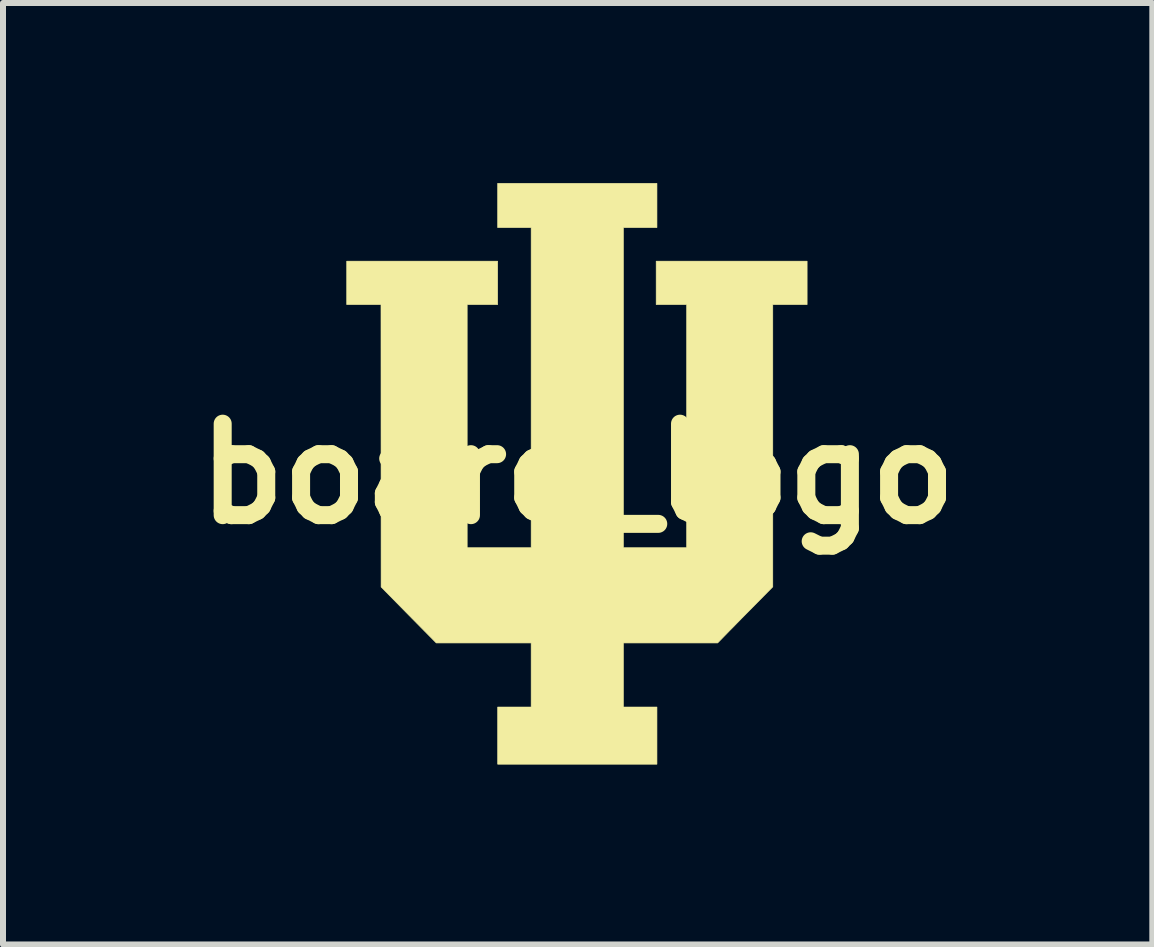
<source format=kicad_pcb>
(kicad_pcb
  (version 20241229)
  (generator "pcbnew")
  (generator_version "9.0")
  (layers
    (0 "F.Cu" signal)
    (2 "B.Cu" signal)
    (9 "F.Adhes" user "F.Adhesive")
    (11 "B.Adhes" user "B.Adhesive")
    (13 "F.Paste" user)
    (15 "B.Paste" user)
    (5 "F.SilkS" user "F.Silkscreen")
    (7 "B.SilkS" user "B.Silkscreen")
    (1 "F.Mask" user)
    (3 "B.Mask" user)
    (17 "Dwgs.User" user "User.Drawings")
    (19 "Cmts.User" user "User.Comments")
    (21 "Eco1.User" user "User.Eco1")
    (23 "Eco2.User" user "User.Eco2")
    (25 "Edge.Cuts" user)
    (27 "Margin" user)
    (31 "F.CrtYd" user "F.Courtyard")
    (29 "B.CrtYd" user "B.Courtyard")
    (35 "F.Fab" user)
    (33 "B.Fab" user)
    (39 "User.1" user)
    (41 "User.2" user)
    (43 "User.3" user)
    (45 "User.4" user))
  (footprint "board_logo"
    (layer "F.Cu")
    (at 6.575 4.844)
    (property "Reference" "board_logo" (at 0 0 0) (layer "F.SilkS") (effects (font (size 1.524 1.524) (thickness 0.3))))
    (attr through_hole)
    (fp_poly (pts (xy 1.321 -4.102) (xy 0.762 -4.102) (xy 0.762 1.232) (xy 1.816 1.232) (xy 1.816 -2.819) (xy 1.308 -2.819) (xy 1.308 -3.543) (xy 3.823 -3.543) (xy 3.823 -2.819) (xy 3.251 -2.819) (xy 3.251 1.884) (xy 2.987 2.152) (xy 2.907 2.233) (xy 2.821 2.32) (xy 2.733 2.409) (xy 2.65 2.494) (xy 2.576 2.57) (xy 2.527 2.619) (xy 2.332 2.819) (xy 0.762 2.819) (xy 0.762 3.886) (xy 1.321 3.886) (xy 1.321 4.839) (xy -1.333 4.839) (xy -1.333 3.886) (xy -0.775 3.886) (xy -0.775 2.819) (xy -2.356 2.819) (xy -2.816 2.353) (xy -3.275 1.886) (xy -3.276 -0.467) (xy -3.277 -2.819) (xy -3.848 -2.819) (xy -3.848 -3.543) (xy -1.333 -3.543) (xy -1.333 -2.819) (xy -1.841 -2.819) (xy -1.841 1.232) (xy -0.775 1.232) (xy -0.775 -4.102) (xy -1.333 -4.102) (xy -1.333 -4.839) (xy 1.321 -4.839) (xy 1.321 -4.102)) (stroke (width 0.01) (type solid)) (fill yes) (layer "F.SilkS")))
  (gr_rect
    (start -3 -3)
    (end 16.15 12.687)
    (stroke (width 0.1) (type default))
    (fill no)
    (layer "Edge.Cuts")))
</source>
